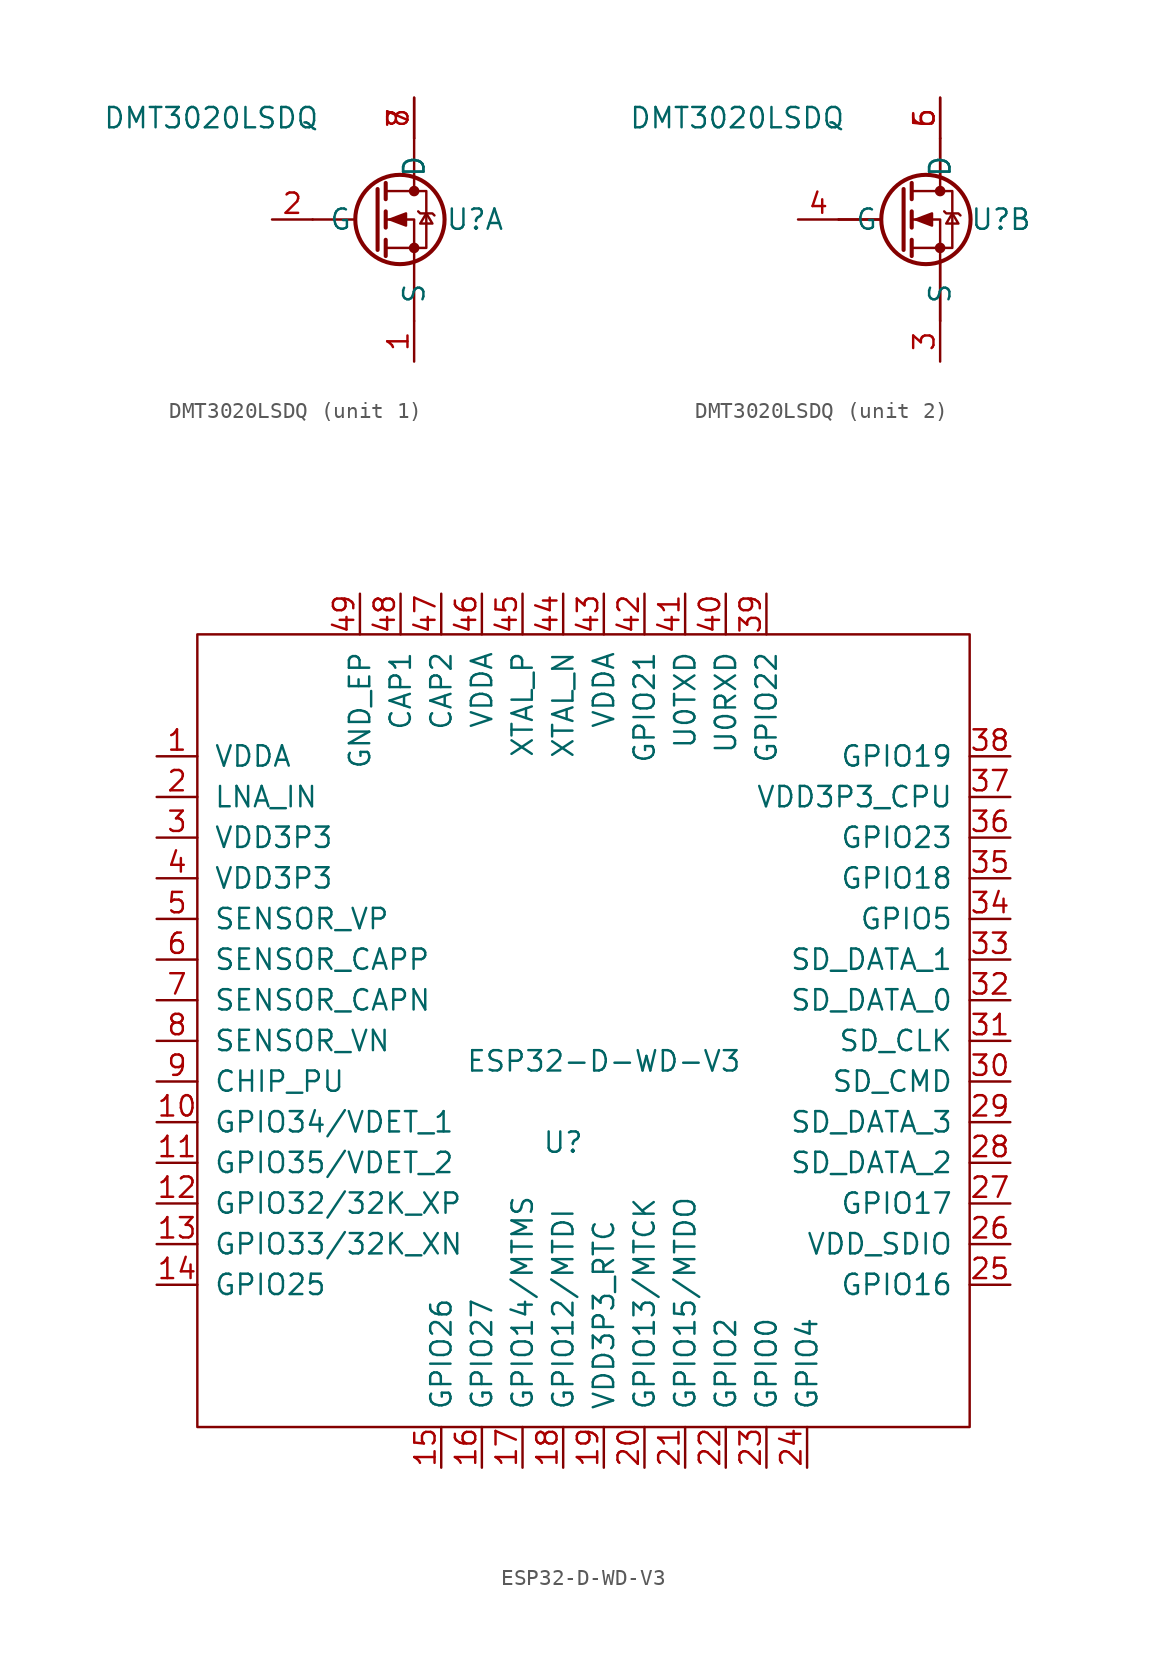
<source format=kicad_sym>
(kicad_symbol_lib
  (version 20211014)
  (generator kicad_symbol_editor)
  (symbol "DMT3020LSDQ"
    (pin_names
      (offset 1.016))
    (property "Reference" "U"
      (at 3.81 0 0)
      (effects (font (size 1.27 1.27))))
    (property "Value" "DMT3020LSDQ"
      (at -12.7 6.35 0)
      (effects (font (size 1.27 1.27))))
    (symbol "DMT3020LSDQ_0_1"
      (polyline (pts (xy -3.81 0) (xy -6.35 0)) (stroke (width 0) (type default) (color 0 0 0 0)) (fill (type none)))
      (polyline (pts (xy 0 -6.35) (xy 0 -2.54)) (stroke (width 0) (type default) (color 0 0 0 0)) (fill (type none)))
      (polyline (pts (xy 0 5.08) (xy 0 2.54)) (stroke (width 0) (type default) (color 0 0 0 0)) (fill (type none))))
    (symbol "DMT3020LSDQ_1_1"
      (circle (center -0.889 0) (radius 2.794) (stroke (width 0.254) (type default) (color 0 0 0 0)) (fill (type none)))
      (circle (center 0 -1.778) (radius 0.254) (stroke (width 0) (type default) (color 0 0 0 0)) (fill (type outline)))
      (polyline (pts (xy -2.286 1.905) (xy -2.286 -1.905)) (stroke (width 0.254) (type default) (color 0 0 0 0)) (fill (type none)))
      (polyline (pts (xy -1.778 -1.27) (xy -1.778 -2.286)) (stroke (width 0.254) (type default) (color 0 0 0 0)) (fill (type none)))
      (polyline (pts (xy -1.778 0.508) (xy -1.778 -0.508)) (stroke (width 0.254) (type default) (color 0 0 0 0)) (fill (type none)))
      (polyline (pts (xy -1.778 2.286) (xy -1.778 1.27)) (stroke (width 0.254) (type default) (color 0 0 0 0)) (fill (type none)))
      (polyline (pts (xy 0 2.54) (xy 0 1.778)) (stroke (width 0) (type default) (color 0 0 0 0)) (fill (type none)))
      (polyline (pts (xy 0 -2.54) (xy 0 0) (xy -1.778 0)) (stroke (width 0) (type default) (color 0 0 0 0)) (fill (type none)))
      (polyline (pts (xy -1.778 -1.778) (xy 0.762 -1.778) (xy 0.762 1.778) (xy -1.778 1.778)) (stroke (width 0) (type default) (color 0 0 0 0)) (fill (type none)))
      (polyline (pts (xy -1.524 0) (xy -0.508 0.381) (xy -0.508 -0.381) (xy -1.524 0)) (stroke (width 0) (type default) (color 0 0 0 0)) (fill (type outline)))
      (polyline (pts (xy 0.254 0.508) (xy 0.381 0.381) (xy 1.143 0.381) (xy 1.27 0.254)) (stroke (width 0) (type default) (color 0 0 0 0)) (fill (type none)))
      (polyline (pts (xy 0.762 0.381) (xy 0.381 -0.254) (xy 1.143 -0.254) (xy 0.762 0.381)) (stroke (width 0) (type default) (color 0 0 0 0)) (fill (type none)))
      (circle (center 0 1.778) (radius 0.254) (stroke (width 0) (type default) (color 0 0 0 0)) (fill (type outline)))
      (pin passive line (at 0 -8.89 90) (length 2.54) (name "S" (effects (font (size 1.27 1.27)))) (number "1" (effects (font (size 1.27 1.27)))))
      (pin input line (at -8.89 0 0) (length 2.54) (name "G" (effects (font (size 1.27 1.27)))) (number "2" (effects (font (size 1.27 1.27)))))
      (pin passive line (at 0 7.62 270) (length 2.54) (name "D" (effects (font (size 1.27 1.27)))) (number "7" (effects (font (size 1.27 1.27)))))
      (pin passive line (at 0 7.62 270) (length 2.54) (name "D" (effects (font (size 1.27 1.27)))) (number "8" (effects (font (size 1.27 1.27))))))
    (symbol "DMT3020LSDQ_2_1"
      (circle (center -0.889 0) (radius 2.794) (stroke (width 0.254) (type default) (color 0 0 0 0)) (fill (type none)))
      (circle (center 0 -1.778) (radius 0.254) (stroke (width 0) (type default) (color 0 0 0 0)) (fill (type outline)))
      (polyline (pts (xy -3.81 0) (xy -6.35 0)) (stroke (width 0) (type default) (color 0 0 0 0)) (fill (type none)))
      (polyline (pts (xy -2.286 1.905) (xy -2.286 -1.905)) (stroke (width 0.254) (type default) (color 0 0 0 0)) (fill (type none)))
      (polyline (pts (xy -1.778 -1.27) (xy -1.778 -2.286)) (stroke (width 0.254) (type default) (color 0 0 0 0)) (fill (type none)))
      (polyline (pts (xy -1.778 0.508) (xy -1.778 -0.508)) (stroke (width 0.254) (type default) (color 0 0 0 0)) (fill (type none)))
      (polyline (pts (xy -1.778 2.286) (xy -1.778 1.27)) (stroke (width 0.254) (type default) (color 0 0 0 0)) (fill (type none)))
      (polyline (pts (xy 0 -6.35) (xy 0 -2.54)) (stroke (width 0) (type default) (color 0 0 0 0)) (fill (type none)))
      (polyline (pts (xy 0 2.54) (xy 0 1.778)) (stroke (width 0) (type default) (color 0 0 0 0)) (fill (type none)))
      (polyline (pts (xy 0 5.08) (xy 0 2.54)) (stroke (width 0) (type default) (color 0 0 0 0)) (fill (type none)))
      (polyline (pts (xy 0 -2.54) (xy 0 0) (xy -1.778 0)) (stroke (width 0) (type default) (color 0 0 0 0)) (fill (type none)))
      (polyline (pts (xy -1.778 -1.778) (xy 0.762 -1.778) (xy 0.762 1.778) (xy -1.778 1.778)) (stroke (width 0) (type default) (color 0 0 0 0)) (fill (type none)))
      (polyline (pts (xy -1.524 0) (xy -0.508 0.381) (xy -0.508 -0.381) (xy -1.524 0)) (stroke (width 0) (type default) (color 0 0 0 0)) (fill (type outline)))
      (polyline (pts (xy 0.254 0.508) (xy 0.381 0.381) (xy 1.143 0.381) (xy 1.27 0.254)) (stroke (width 0) (type default) (color 0 0 0 0)) (fill (type none)))
      (polyline (pts (xy 0.762 0.381) (xy 0.381 -0.254) (xy 1.143 -0.254) (xy 0.762 0.381)) (stroke (width 0) (type default) (color 0 0 0 0)) (fill (type none)))
      (circle (center 0 1.778) (radius 0.254) (stroke (width 0) (type default) (color 0 0 0 0)) (fill (type outline)))
      (pin passive line (at 0 -8.89 90) (length 2.54) (name "S" (effects (font (size 1.27 1.27)))) (number "3" (effects (font (size 1.27 1.27)))))
      (pin input line (at -8.89 0 0) (length 2.54) (name "G" (effects (font (size 1.27 1.27)))) (number "4" (effects (font (size 1.27 1.27)))))
      (pin passive line (at 0 7.62 270) (length 2.54) (name "D" (effects (font (size 1.27 1.27)))) (number "5" (effects (font (size 1.27 1.27)))))
      (pin passive line (at 0 7.62 270) (length 2.54) (name "D" (effects (font (size 1.27 1.27)))) (number "6" (effects (font (size 1.27 1.27)))))))
  (symbol "ESP32-D-WD-V3"
    (pin_names
      (offset 1.016))
    (property "Reference" "U"
      (at -5.08 -5.08 0)
      (effects (font (size 1.27 1.27))))
    (property "Value" "ESP32-D-WD-V3"
      (at -2.54 0 0)
      (effects (font (size 1.27 1.27))))
    (symbol "ESP32-D-WD-V3_0_1"
      (rectangle (start -27.94 26.67) (end 20.32 -22.86) (stroke (width 0) (type default) (color 0 0 0 0)) (fill (type none))))
    (symbol "ESP32-D-WD-V3_1_1"
      (pin input line (at -30.48 19.05 0) (length 2.54) (name "VDDA" (effects (font (size 1.27 1.27)))) (number "1" (effects (font (size 1.27 1.27)))))
      (pin input line (at -30.48 -3.81 0) (length 2.54) (name "GPIO34/VDET_1" (effects (font (size 1.27 1.27)))) (number "10" (effects (font (size 1.27 1.27)))))
      (pin input line (at -30.48 -6.35 0) (length 2.54) (name "GPIO35/VDET_2" (effects (font (size 1.27 1.27)))) (number "11" (effects (font (size 1.27 1.27)))))
      (pin input line (at -30.48 -8.89 0) (length 2.54) (name "GPIO32/32K_XP" (effects (font (size 1.27 1.27)))) (number "12" (effects (font (size 1.27 1.27)))))
      (pin input line (at -30.48 -11.43 0) (length 2.54) (name "GPIO33/32K_XN" (effects (font (size 1.27 1.27)))) (number "13" (effects (font (size 1.27 1.27)))))
      (pin input line (at -30.48 -13.97 0) (length 2.54) (name "GPIO25" (effects (font (size 1.27 1.27)))) (number "14" (effects (font (size 1.27 1.27)))))
      (pin input line (at -12.7 -25.4 90) (length 2.54) (name "GPIO26" (effects (font (size 1.27 1.27)))) (number "15" (effects (font (size 1.27 1.27)))))
      (pin input line (at -10.16 -25.4 90) (length 2.54) (name "GPIO27" (effects (font (size 1.27 1.27)))) (number "16" (effects (font (size 1.27 1.27)))))
      (pin input line (at -7.62 -25.4 90) (length 2.54) (name "GPIO14/MTMS" (effects (font (size 1.27 1.27)))) (number "17" (effects (font (size 1.27 1.27)))))
      (pin input line (at -5.08 -25.4 90) (length 2.54) (name "GPIO12/MTDI" (effects (font (size 1.27 1.27)))) (number "18" (effects (font (size 1.27 1.27)))))
      (pin input line (at -2.54 -25.4 90) (length 2.54) (name "VDD3P3_RTC" (effects (font (size 1.27 1.27)))) (number "19" (effects (font (size 1.27 1.27)))))
      (pin input line (at -30.48 16.51 0) (length 2.54) (name "LNA_IN" (effects (font (size 1.27 1.27)))) (number "2" (effects (font (size 1.27 1.27)))))
      (pin input line (at 0 -25.4 90) (length 2.54) (name "GPIO13/MTCK" (effects (font (size 1.27 1.27)))) (number "20" (effects (font (size 1.27 1.27)))))
      (pin input line (at 2.54 -25.4 90) (length 2.54) (name "GPIO15/MTDO" (effects (font (size 1.27 1.27)))) (number "21" (effects (font (size 1.27 1.27)))))
      (pin input line (at 5.08 -25.4 90) (length 2.54) (name "GPIO2" (effects (font (size 1.27 1.27)))) (number "22" (effects (font (size 1.27 1.27)))))
      (pin input line (at 7.62 -25.4 90) (length 2.54) (name "GPIO0" (effects (font (size 1.27 1.27)))) (number "23" (effects (font (size 1.27 1.27)))))
      (pin input line (at 10.16 -25.4 90) (length 2.54) (name "GPIO4" (effects (font (size 1.27 1.27)))) (number "24" (effects (font (size 1.27 1.27)))))
      (pin input line (at 22.86 -13.97 180) (length 2.54) (name "GPIO16" (effects (font (size 1.27 1.27)))) (number "25" (effects (font (size 1.27 1.27)))))
      (pin input line (at 22.86 -11.43 180) (length 2.54) (name "VDD_SDIO" (effects (font (size 1.27 1.27)))) (number "26" (effects (font (size 1.27 1.27)))))
      (pin input line (at 22.86 -8.89 180) (length 2.54) (name "GPIO17" (effects (font (size 1.27 1.27)))) (number "27" (effects (font (size 1.27 1.27)))))
      (pin input line (at 22.86 -6.35 180) (length 2.54) (name "SD_DATA_2" (effects (font (size 1.27 1.27)))) (number "28" (effects (font (size 1.27 1.27)))))
      (pin input line (at 22.86 -3.81 180) (length 2.54) (name "SD_DATA_3" (effects (font (size 1.27 1.27)))) (number "29" (effects (font (size 1.27 1.27)))))
      (pin input line (at -30.48 13.97 0) (length 2.54) (name "VDD3P3" (effects (font (size 1.27 1.27)))) (number "3" (effects (font (size 1.27 1.27)))))
      (pin input line (at 22.86 -1.27 180) (length 2.54) (name "SD_CMD" (effects (font (size 1.27 1.27)))) (number "30" (effects (font (size 1.27 1.27)))))
      (pin input line (at 22.86 1.27 180) (length 2.54) (name "SD_CLK" (effects (font (size 1.27 1.27)))) (number "31" (effects (font (size 1.27 1.27)))))
      (pin input line (at 22.86 3.81 180) (length 2.54) (name "SD_DATA_0" (effects (font (size 1.27 1.27)))) (number "32" (effects (font (size 1.27 1.27)))))
      (pin input line (at 22.86 6.35 180) (length 2.54) (name "SD_DATA_1" (effects (font (size 1.27 1.27)))) (number "33" (effects (font (size 1.27 1.27)))))
      (pin input line (at 22.86 8.89 180) (length 2.54) (name "GPIO5" (effects (font (size 1.27 1.27)))) (number "34" (effects (font (size 1.27 1.27)))))
      (pin input line (at 22.86 11.43 180) (length 2.54) (name "GPIO18" (effects (font (size 1.27 1.27)))) (number "35" (effects (font (size 1.27 1.27)))))
      (pin input line (at 22.86 13.97 180) (length 2.54) (name "GPIO23" (effects (font (size 1.27 1.27)))) (number "36" (effects (font (size 1.27 1.27)))))
      (pin input line (at 22.86 16.51 180) (length 2.54) (name "VDD3P3_CPU" (effects (font (size 1.27 1.27)))) (number "37" (effects (font (size 1.27 1.27)))))
      (pin input line (at 22.86 19.05 180) (length 2.54) (name "GPIO19" (effects (font (size 1.27 1.27)))) (number "38" (effects (font (size 1.27 1.27)))))
      (pin input line (at 7.62 29.21 270) (length 2.54) (name "GPIO22" (effects (font (size 1.27 1.27)))) (number "39" (effects (font (size 1.27 1.27)))))
      (pin input line (at -30.48 11.43 0) (length 2.54) (name "VDD3P3" (effects (font (size 1.27 1.27)))) (number "4" (effects (font (size 1.27 1.27)))))
      (pin input line (at 5.08 29.21 270) (length 2.54) (name "U0RXD" (effects (font (size 1.27 1.27)))) (number "40" (effects (font (size 1.27 1.27)))))
      (pin input line (at 2.54 29.21 270) (length 2.54) (name "U0TXD" (effects (font (size 1.27 1.27)))) (number "41" (effects (font (size 1.27 1.27)))))
      (pin input line (at 0 29.21 270) (length 2.54) (name "GPIO21" (effects (font (size 1.27 1.27)))) (number "42" (effects (font (size 1.27 1.27)))))
      (pin input line (at -2.54 29.21 270) (length 2.54) (name "VDDA" (effects (font (size 1.27 1.27)))) (number "43" (effects (font (size 1.27 1.27)))))
      (pin input line (at -5.08 29.21 270) (length 2.54) (name "XTAL_N" (effects (font (size 1.27 1.27)))) (number "44" (effects (font (size 1.27 1.27)))))
      (pin input line (at -7.62 29.21 270) (length 2.54) (name "XTAL_P" (effects (font (size 1.27 1.27)))) (number "45" (effects (font (size 1.27 1.27)))))
      (pin input line (at -10.16 29.21 270) (length 2.54) (name "VDDA" (effects (font (size 1.27 1.27)))) (number "46" (effects (font (size 1.27 1.27)))))
      (pin input line (at -12.7 29.21 270) (length 2.54) (name "CAP2" (effects (font (size 1.27 1.27)))) (number "47" (effects (font (size 1.27 1.27)))))
      (pin input line (at -15.24 29.21 270) (length 2.54) (name "CAP1" (effects (font (size 1.27 1.27)))) (number "48" (effects (font (size 1.27 1.27)))))
      (pin input line (at -17.78 29.21 270) (length 2.54) (name "GND_EP" (effects (font (size 1.27 1.27)))) (number "49" (effects (font (size 1.27 1.27)))))
      (pin input line (at -30.48 8.89 0) (length 2.54) (name "SENSOR_VP" (effects (font (size 1.27 1.27)))) (number "5" (effects (font (size 1.27 1.27)))))
      (pin input line (at -30.48 6.35 0) (length 2.54) (name "SENSOR_CAPP" (effects (font (size 1.27 1.27)))) (number "6" (effects (font (size 1.27 1.27)))))
      (pin input line (at -30.48 3.81 0) (length 2.54) (name "SENSOR_CAPN" (effects (font (size 1.27 1.27)))) (number "7" (effects (font (size 1.27 1.27)))))
      (pin input line (at -30.48 1.27 0) (length 2.54) (name "SENSOR_VN" (effects (font (size 1.27 1.27)))) (number "8" (effects (font (size 1.27 1.27)))))
      (pin input line (at -30.48 -1.27 0) (length 2.54) (name "CHIP_PU" (effects (font (size 1.27 1.27)))) (number "9" (effects (font (size 1.27 1.27))))))))
</source>
